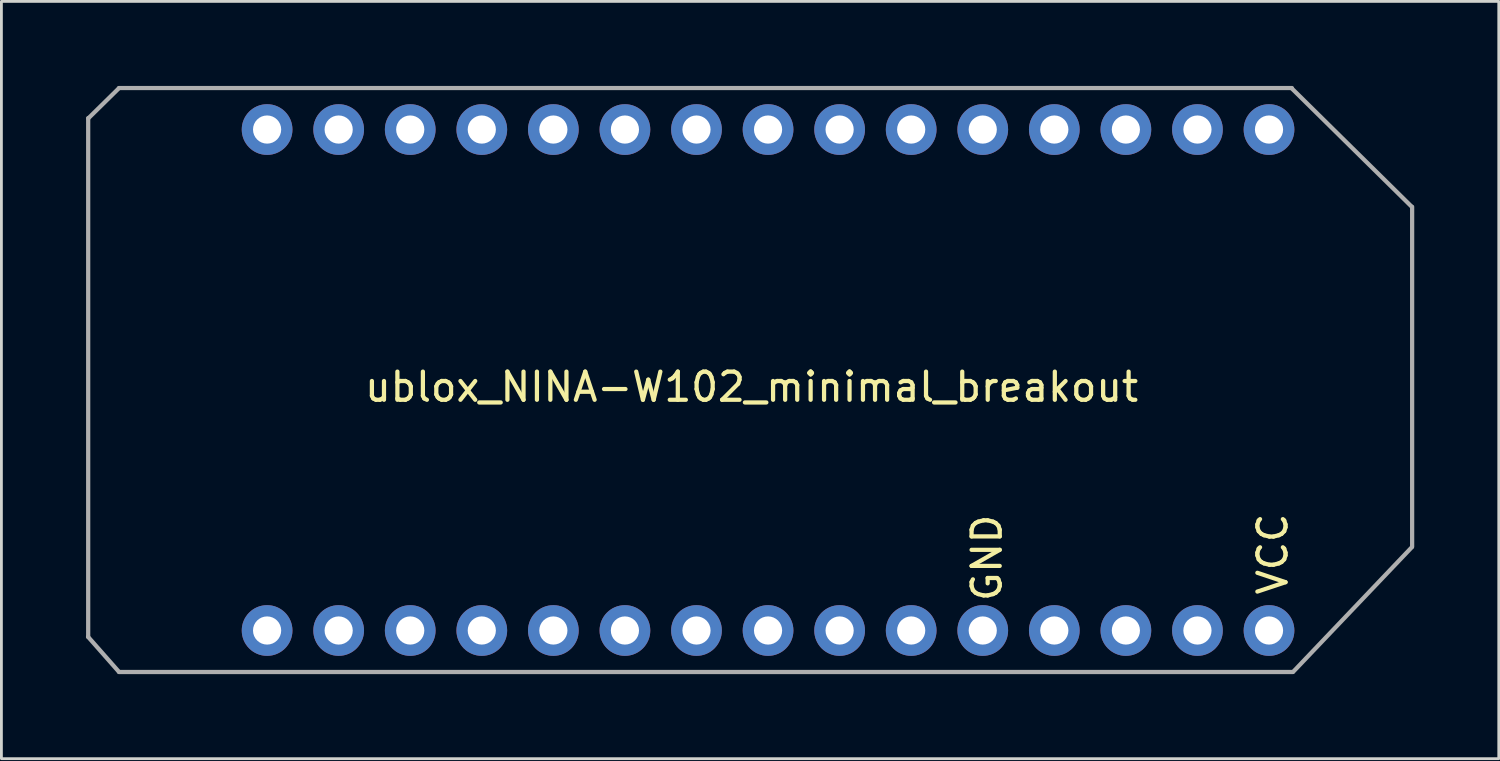
<source format=kicad_pcb>
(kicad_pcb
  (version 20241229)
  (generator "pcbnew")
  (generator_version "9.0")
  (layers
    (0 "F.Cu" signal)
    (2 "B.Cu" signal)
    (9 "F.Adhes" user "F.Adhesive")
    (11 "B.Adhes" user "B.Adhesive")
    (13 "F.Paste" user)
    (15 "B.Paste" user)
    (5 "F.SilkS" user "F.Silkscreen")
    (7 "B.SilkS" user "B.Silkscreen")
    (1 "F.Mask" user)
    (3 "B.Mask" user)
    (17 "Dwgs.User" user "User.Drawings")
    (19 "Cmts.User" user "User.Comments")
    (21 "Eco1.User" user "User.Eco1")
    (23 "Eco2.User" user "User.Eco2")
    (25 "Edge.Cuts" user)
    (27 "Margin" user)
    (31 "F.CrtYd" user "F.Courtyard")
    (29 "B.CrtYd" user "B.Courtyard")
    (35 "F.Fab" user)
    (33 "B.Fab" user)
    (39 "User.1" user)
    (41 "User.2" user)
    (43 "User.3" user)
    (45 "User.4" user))
  (footprint "ublox_NINA-W102_minimal_breakout"
    (layer "F.Cu")
    (at 23.626 10.184)
    (property "Reference" "ublox_NINA-W102_minimal_breakout" (at 0 0.5 0) (layer "F.SilkS") (effects (font (size 1 1) (thickness 0.15))))
    (attr through_hole)
    (fp_line (start -23.551 9.368) (end -22.461 10.604) (stroke (width 0.15) (type solid)) (layer "F.Fab"))
    (fp_line (start -23.546 9.373) (end -23.546 -9.042) (stroke (width 0.15) (type solid)) (layer "F.Fab"))
    (fp_line (start -23.541 -9.035) (end -22.456 -10.102) (stroke (width 0.15) (type solid)) (layer "F.Fab"))
    (fp_line (start -22.454 -10.109) (end 19.177 -10.109) (stroke (width 0.15) (type solid)) (layer "F.Fab"))
    (fp_line (start 19.174 -10.094) (end 23.424 -5.903) (stroke (width 0.15) (type solid)) (layer "F.Fab"))
    (fp_line (start 19.202 10.617) (end -22.454 10.617) (stroke (width 0.15) (type solid)) (layer "F.Fab"))
    (fp_line (start 23.431 6.19) (end 19.215 10.617) (stroke (width 0.15) (type solid)) (layer "F.Fab"))
    (fp_line (start 23.444 -5.893) (end 23.444 6.172) (stroke (width 0.15) (type solid)) (layer "F.Fab"))
    (fp_text user "VCC" (at 18.496 6.429 90) (layer "F.SilkS") (effects (font (size 1 1) (thickness 0.15))))
    (fp_text user "GND" (at 8.352 6.566 90) (layer "F.SilkS") (effects (font (size 1 1) (thickness 0.15))))
    (pad "1" thru_hole circle (at -17.196 9.144) (size 1.8 1.8) (drill 1) (layers "*.Cu" "*.Mask"))
    (pad "2" thru_hole circle (at -14.656 9.144) (size 1.8 1.8) (drill 1) (layers "*.Cu" "*.Mask"))
    (pad "3" thru_hole circle (at -12.116 9.144) (size 1.8 1.8) (drill 1) (layers "*.Cu" "*.Mask"))
    (pad "4" thru_hole circle (at -9.576 9.144) (size 1.8 1.8) (drill 1) (layers "*.Cu" "*.Mask"))
    (pad "5" thru_hole circle (at -7.036 9.144) (size 1.8 1.8) (drill 1) (layers "*.Cu" "*.Mask"))
    (pad "6" thru_hole circle (at -4.496 9.144) (size 1.8 1.8) (drill 1) (layers "*.Cu" "*.Mask"))
    (pad "7" thru_hole circle (at -1.956 9.144) (size 1.8 1.8) (drill 1) (layers "*.Cu" "*.Mask"))
    (pad "8" thru_hole circle (at 0.584 9.144) (size 1.8 1.8) (drill 1) (layers "*.Cu" "*.Mask"))
    (pad "9" thru_hole circle (at 3.124 9.144) (size 1.8 1.8) (drill 1) (layers "*.Cu" "*.Mask"))
    (pad "10" thru_hole circle (at 5.664 9.144) (size 1.8 1.8) (drill 1) (layers "*.Cu" "*.Mask"))
    (pad "11" thru_hole circle (at 8.204 9.144) (size 1.8 1.8) (drill 1) (layers "*.Cu" "*.Mask"))
    (pad "12" thru_hole circle (at 10.744 9.144) (size 1.8 1.8) (drill 1) (layers "*.Cu" "*.Mask"))
    (pad "13" thru_hole circle (at 13.284 9.144) (size 1.8 1.8) (drill 1) (layers "*.Cu" "*.Mask"))
    (pad "14" thru_hole circle (at 15.824 9.144) (size 1.8 1.8) (drill 1) (layers "*.Cu" "*.Mask"))
    (pad "15" thru_hole circle (at 18.364 9.144) (size 1.8 1.8) (drill 1) (layers "*.Cu" "*.Mask"))
    (pad "16" thru_hole circle (at 18.364 -8.636) (size 1.8 1.8) (drill 1) (layers "*.Cu" "*.Mask"))
    (pad "17" thru_hole circle (at 15.824 -8.636) (size 1.8 1.8) (drill 1) (layers "*.Cu" "*.Mask"))
    (pad "18" thru_hole circle (at 13.284 -8.636) (size 1.8 1.8) (drill 1) (layers "*.Cu" "*.Mask"))
    (pad "19" thru_hole circle (at 10.744 -8.636) (size 1.8 1.8) (drill 1) (layers "*.Cu" "*.Mask"))
    (pad "20" thru_hole circle (at 8.204 -8.636) (size 1.8 1.8) (drill 1) (layers "*.Cu" "*.Mask"))
    (pad "21" thru_hole circle (at 5.664 -8.636) (size 1.8 1.8) (drill 1) (layers "*.Cu" "*.Mask"))
    (pad "22" thru_hole circle (at 3.124 -8.636) (size 1.8 1.8) (drill 1) (layers "*.Cu" "*.Mask"))
    (pad "23" thru_hole circle (at 0.584 -8.636) (size 1.8 1.8) (drill 1) (layers "*.Cu" "*.Mask"))
    (pad "24" thru_hole circle (at -1.956 -8.636) (size 1.8 1.8) (drill 1) (layers "*.Cu" "*.Mask"))
    (pad "25" thru_hole circle (at -4.496 -8.636) (size 1.8 1.8) (drill 1) (layers "*.Cu" "*.Mask"))
    (pad "26" thru_hole circle (at -7.036 -8.636) (size 1.8 1.8) (drill 1) (layers "*.Cu" "*.Mask"))
    (pad "27" thru_hole circle (at -9.576 -8.636) (size 1.8 1.8) (drill 1) (layers "*.Cu" "*.Mask"))
    (pad "28" thru_hole circle (at -12.116 -8.636) (size 1.8 1.8) (drill 1) (layers "*.Cu" "*.Mask"))
    (pad "29" thru_hole circle (at -14.656 -8.636) (size 1.8 1.8) (drill 1) (layers "*.Cu" "*.Mask"))
    (pad "30" thru_hole circle (at -17.196 -8.636) (size 1.8 1.8) (drill 1) (layers "*.Cu" "*.Mask")))
  (gr_rect
    (start -3 -3)
    (end 50.145 23.876)
    (stroke (width 0.1) (type default))
    (fill no)
    (layer "Edge.Cuts")))
</source>
